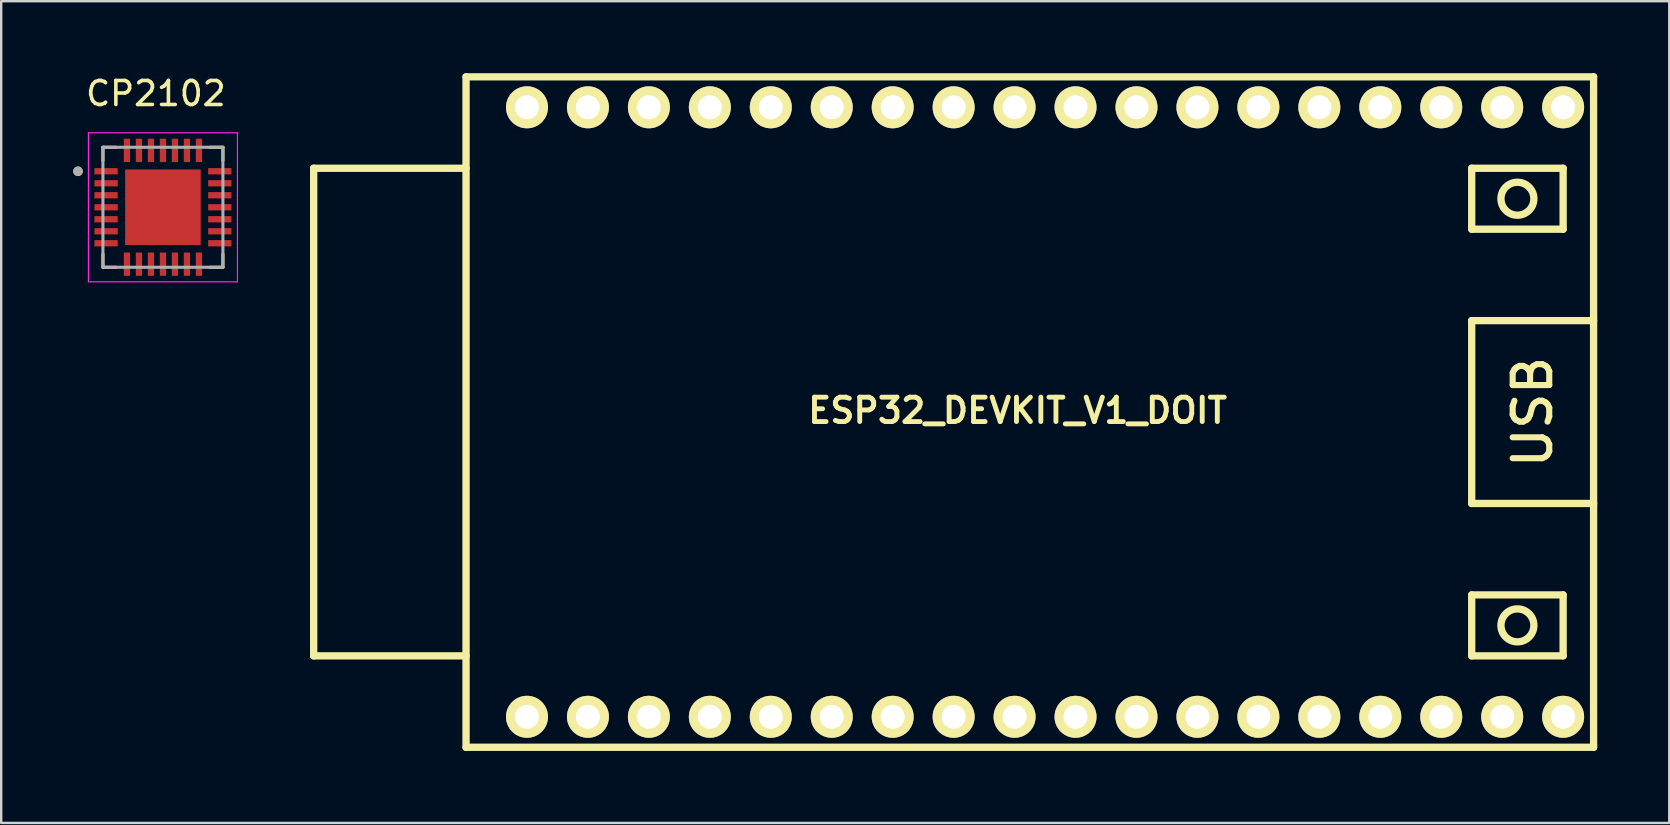
<source format=kicad_pcb>
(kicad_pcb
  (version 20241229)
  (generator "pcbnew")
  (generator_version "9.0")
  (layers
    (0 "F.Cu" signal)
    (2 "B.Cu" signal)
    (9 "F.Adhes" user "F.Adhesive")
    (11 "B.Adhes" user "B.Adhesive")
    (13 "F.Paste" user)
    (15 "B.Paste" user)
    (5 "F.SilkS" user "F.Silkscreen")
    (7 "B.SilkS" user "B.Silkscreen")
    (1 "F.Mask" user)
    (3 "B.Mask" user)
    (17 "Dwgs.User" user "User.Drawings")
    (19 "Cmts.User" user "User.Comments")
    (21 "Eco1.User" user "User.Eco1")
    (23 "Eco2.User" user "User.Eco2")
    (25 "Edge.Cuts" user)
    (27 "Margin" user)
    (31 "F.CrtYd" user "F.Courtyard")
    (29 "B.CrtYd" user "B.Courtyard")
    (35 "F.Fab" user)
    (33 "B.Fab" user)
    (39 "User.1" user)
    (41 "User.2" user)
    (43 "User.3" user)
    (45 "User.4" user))
  (footprint "CP2102"
    (layer "F.Cu")
    (at 3.74 5.588)
    (property "Reference" "CP2102" (at -0.295 -4.74 0) (layer "F.SilkS") (effects (font (size 1 1) (thickness 0.15))))
    (attr through_hole)
    (fp_line (start -2.5 -2.5) (end -2.5 -1.95) (stroke (width 0.127) (type solid)) (layer "F.SilkS"))
    (fp_line (start -2.5 -2.5) (end -1.95 -2.5) (stroke (width 0.127) (type solid)) (layer "F.SilkS"))
    (fp_line (start -2.5 2.5) (end -2.5 1.95) (stroke (width 0.127) (type solid)) (layer "F.SilkS"))
    (fp_line (start -2.5 2.5) (end -1.95 2.5) (stroke (width 0.127) (type solid)) (layer "F.SilkS"))
    (fp_line (start 2.5 -2.5) (end 1.95 -2.5) (stroke (width 0.127) (type solid)) (layer "F.SilkS"))
    (fp_line (start 2.5 -2.5) (end 2.5 -1.95) (stroke (width 0.127) (type solid)) (layer "F.SilkS"))
    (fp_line (start 2.5 2.5) (end 1.95 2.5) (stroke (width 0.127) (type solid)) (layer "F.SilkS"))
    (fp_line (start 2.5 2.5) (end 2.5 1.95) (stroke (width 0.127) (type solid)) (layer "F.SilkS"))
    (fp_circle (center -3.54 -1.5) (end -3.44 -1.5) (stroke (width 0.2) (type solid)) (fill no) (layer "F.SilkS"))
    (fp_poly (pts (xy -1 -1) (xy 1 -1) (xy 1 1) (xy -1 1)) (stroke (width 0.01) (type solid)) (fill yes) (layer "F.Paste"))
    (fp_line (start -3.105 -3.105) (end 3.105 -3.105) (stroke (width 0.05) (type solid)) (layer "F.CrtYd"))
    (fp_line (start -3.105 3.105) (end -3.105 -3.105) (stroke (width 0.05) (type solid)) (layer "F.CrtYd"))
    (fp_line (start -3.105 3.105) (end 3.105 3.105) (stroke (width 0.05) (type solid)) (layer "F.CrtYd"))
    (fp_line (start 3.105 3.105) (end 3.105 -3.105) (stroke (width 0.05) (type solid)) (layer "F.CrtYd"))
    (fp_line (start -2.5 2.5) (end -2.5 -2.5) (stroke (width 0.127) (type solid)) (layer "F.Fab"))
    (fp_line (start 2.5 -2.5) (end -2.5 -2.5) (stroke (width 0.127) (type solid)) (layer "F.Fab"))
    (fp_line (start 2.5 2.5) (end -2.5 2.5) (stroke (width 0.127) (type solid)) (layer "F.Fab"))
    (fp_line (start 2.5 2.5) (end 2.5 -2.5) (stroke (width 0.127) (type solid)) (layer "F.Fab"))
    (fp_circle (center -3.54 -1.5) (end -3.44 -1.5) (stroke (width 0.2) (type solid)) (fill no) (layer "F.Fab"))
    (pad "1" smd roundrect (at -2.37 -1.5) (size 0.97 0.26) (layers "F.Cu" "F.Mask" "F.Paste") (roundrect_rratio 0.03))
    (pad "2" smd roundrect (at -2.37 -1) (size 0.97 0.26) (layers "F.Cu" "F.Mask" "F.Paste") (roundrect_rratio 0.03))
    (pad "3" smd roundrect (at -2.37 -0.5) (size 0.97 0.26) (layers "F.Cu" "F.Mask" "F.Paste") (roundrect_rratio 0.03))
    (pad "4" smd roundrect (at -2.37 0) (size 0.97 0.26) (layers "F.Cu" "F.Mask" "F.Paste") (roundrect_rratio 0.03))
    (pad "5" smd roundrect (at -2.37 0.5) (size 0.97 0.26) (layers "F.Cu" "F.Mask" "F.Paste") (roundrect_rratio 0.03))
    (pad "6" smd roundrect (at -2.37 1) (size 0.97 0.26) (layers "F.Cu" "F.Mask" "F.Paste") (roundrect_rratio 0.03))
    (pad "7" smd roundrect (at -2.37 1.5) (size 0.97 0.26) (layers "F.Cu" "F.Mask" "F.Paste") (roundrect_rratio 0.03))
    (pad "8" smd roundrect (at -1.5 2.37 90) (size 0.97 0.26) (layers "F.Cu" "F.Mask" "F.Paste") (roundrect_rratio 0.03))
    (pad "9" smd roundrect (at -1 2.37 90) (size 0.97 0.26) (layers "F.Cu" "F.Mask" "F.Paste") (roundrect_rratio 0.03))
    (pad "10" smd roundrect (at -0.5 2.37 90) (size 0.97 0.26) (layers "F.Cu" "F.Mask" "F.Paste") (roundrect_rratio 0.03))
    (pad "11" smd roundrect (at 0 2.37 90) (size 0.97 0.26) (layers "F.Cu" "F.Mask" "F.Paste") (roundrect_rratio 0.03))
    (pad "12" smd roundrect (at 0.5 2.37 90) (size 0.97 0.26) (layers "F.Cu" "F.Mask" "F.Paste") (roundrect_rratio 0.03))
    (pad "13" smd roundrect (at 1 2.37 90) (size 0.97 0.26) (layers "F.Cu" "F.Mask" "F.Paste") (roundrect_rratio 0.03))
    (pad "14" smd roundrect (at 1.5 2.37 90) (size 0.97 0.26) (layers "F.Cu" "F.Mask" "F.Paste") (roundrect_rratio 0.03))
    (pad "15" smd roundrect (at 2.37 1.5) (size 0.97 0.26) (layers "F.Cu" "F.Mask" "F.Paste") (roundrect_rratio 0.03))
    (pad "16" smd roundrect (at 2.37 1) (size 0.97 0.26) (layers "F.Cu" "F.Mask" "F.Paste") (roundrect_rratio 0.03))
    (pad "17" smd roundrect (at 2.37 0.5) (size 0.97 0.26) (layers "F.Cu" "F.Mask" "F.Paste") (roundrect_rratio 0.03))
    (pad "18" smd roundrect (at 2.37 0) (size 0.97 0.26) (layers "F.Cu" "F.Mask" "F.Paste") (roundrect_rratio 0.03))
    (pad "19" smd roundrect (at 2.37 -0.5) (size 0.97 0.26) (layers "F.Cu" "F.Mask" "F.Paste") (roundrect_rratio 0.03))
    (pad "20" smd roundrect (at 2.37 -1) (size 0.97 0.26) (layers "F.Cu" "F.Mask" "F.Paste") (roundrect_rratio 0.03))
    (pad "21" smd roundrect (at 2.37 -1.5) (size 0.97 0.26) (layers "F.Cu" "F.Mask" "F.Paste") (roundrect_rratio 0.03))
    (pad "22" smd roundrect (at 1.5 -2.37 90) (size 0.97 0.26) (layers "F.Cu" "F.Mask" "F.Paste") (roundrect_rratio 0.03))
    (pad "23" smd roundrect (at 1 -2.37 90) (size 0.97 0.26) (layers "F.Cu" "F.Mask" "F.Paste") (roundrect_rratio 0.03))
    (pad "24" smd roundrect (at 0.5 -2.37 90) (size 0.97 0.26) (layers "F.Cu" "F.Mask" "F.Paste") (roundrect_rratio 0.03))
    (pad "25" smd roundrect (at 0 -2.37 90) (size 0.97 0.26) (layers "F.Cu" "F.Mask" "F.Paste") (roundrect_rratio 0.03))
    (pad "26" smd roundrect (at -0.5 -2.37 90) (size 0.97 0.26) (layers "F.Cu" "F.Mask" "F.Paste") (roundrect_rratio 0.03))
    (pad "27" smd roundrect (at -1 -2.37 90) (size 0.97 0.26) (layers "F.Cu" "F.Mask" "F.Paste") (roundrect_rratio 0.03))
    (pad "28" smd roundrect (at -1.5 -2.37 90) (size 0.97 0.26) (layers "F.Cu" "F.Mask" "F.Paste") (roundrect_rratio 0.03))
    (pad "29" smd rect (at 0 0) (size 3.15 3.15) (layers "F.Cu" "F.Mask")))
  (footprint "ESP32_DEVKIT_V1_DOIT"
    (layer "F.Cu")
    (at 39.232 14.122)
    (property "Reference" "ESP32_DEVKIT_V1_DOIT" (at 0.127 -0.064 0) (layer "F.SilkS") (effects (font (size 1.016 1.016) (thickness 0.203))))
    (attr through_hole)
    (fp_line (start -29.21 -10.16) (end -29.21 10.16) (stroke (width 0.305) (type solid)) (layer "F.SilkS"))
    (fp_line (start -29.21 -10.16) (end -22.86 -10.16) (stroke (width 0.305) (type solid)) (layer "F.SilkS"))
    (fp_line (start -29.21 10.16) (end -22.86 10.16) (stroke (width 0.305) (type solid)) (layer "F.SilkS"))
    (fp_line (start -22.86 -13.97) (end -22.86 13.97) (stroke (width 0.305) (type solid)) (layer "F.SilkS"))
    (fp_line (start -22.86 -13.97) (end 24.13 -13.97) (stroke (width 0.305) (type solid)) (layer "F.SilkS"))
    (fp_line (start 19.05 -10.16) (end 19.05 -7.62) (stroke (width 0.305) (type solid)) (layer "F.SilkS"))
    (fp_line (start 19.05 -7.62) (end 22.86 -7.62) (stroke (width 0.305) (type solid)) (layer "F.SilkS"))
    (fp_line (start 19.05 -3.81) (end 19.05 3.81) (stroke (width 0.305) (type solid)) (layer "F.SilkS"))
    (fp_line (start 19.05 3.81) (end 24.13 3.81) (stroke (width 0.305) (type solid)) (layer "F.SilkS"))
    (fp_line (start 19.05 7.62) (end 22.86 7.62) (stroke (width 0.305) (type solid)) (layer "F.SilkS"))
    (fp_line (start 19.05 10.16) (end 19.05 7.62) (stroke (width 0.305) (type solid)) (layer "F.SilkS"))
    (fp_line (start 22.86 -10.16) (end 19.05 -10.16) (stroke (width 0.305) (type solid)) (layer "F.SilkS"))
    (fp_line (start 22.86 -7.62) (end 22.86 -10.16) (stroke (width 0.305) (type solid)) (layer "F.SilkS"))
    (fp_line (start 22.86 7.62) (end 22.86 10.16) (stroke (width 0.305) (type solid)) (layer "F.SilkS"))
    (fp_line (start 22.86 10.16) (end 19.05 10.16) (stroke (width 0.305) (type solid)) (layer "F.SilkS"))
    (fp_line (start 24.13 -3.81) (end 19.05 -3.81) (stroke (width 0.305) (type solid)) (layer "F.SilkS"))
    (fp_line (start 24.13 13.97) (end -22.86 13.97) (stroke (width 0.305) (type solid)) (layer "F.SilkS"))
    (fp_line (start 24.13 13.97) (end 24.13 -13.97) (stroke (width 0.305) (type solid)) (layer "F.SilkS"))
    (fp_circle (center 20.955 -8.89) (end 21.526 -8.509) (stroke (width 0.305) (type solid)) (fill no) (layer "F.SilkS"))
    (fp_circle (center 20.955 8.89) (end 21.526 9.271) (stroke (width 0.305) (type solid)) (fill no) (layer "F.SilkS"))
    (fp_text user "USB" (at 21.59 0 90) (layer "F.SilkS") (effects (font (size 1.524 1.524) (thickness 0.254))))
    (pad "1" thru_hole circle (at 22.86 12.7) (size 1.75 1.75) (drill 1) (layers "*.Cu" "*.Mask" "F.SilkS"))
    (pad "2" thru_hole circle (at 20.32 12.7) (size 1.75 1.75) (drill 1) (layers "*.Cu" "*.Mask" "F.SilkS"))
    (pad "3" thru_hole circle (at 17.78 12.7) (size 1.75 1.75) (drill 1) (layers "*.Cu" "*.Mask" "F.SilkS"))
    (pad "4" thru_hole circle (at 15.24 12.7) (size 1.75 1.75) (drill 1) (layers "*.Cu" "*.Mask" "F.SilkS"))
    (pad "5" thru_hole circle (at 12.7 12.7) (size 1.75 1.75) (drill 1) (layers "*.Cu" "*.Mask" "F.SilkS"))
    (pad "6" thru_hole circle (at 10.16 12.7) (size 1.75 1.75) (drill 1) (layers "*.Cu" "*.Mask" "F.SilkS"))
    (pad "7" thru_hole circle (at 7.62 12.7) (size 1.75 1.75) (drill 1) (layers "*.Cu" "*.Mask" "F.SilkS"))
    (pad "8" thru_hole circle (at 5.08 12.7) (size 1.75 1.75) (drill 1) (layers "*.Cu" "*.Mask" "F.SilkS"))
    (pad "9" thru_hole circle (at 2.54 12.7) (size 1.75 1.75) (drill 1) (layers "*.Cu" "*.Mask" "F.SilkS"))
    (pad "10" thru_hole circle (at 0 12.7) (size 1.75 1.75) (drill 1) (layers "*.Cu" "*.Mask" "F.SilkS"))
    (pad "11" thru_hole circle (at -2.54 12.7) (size 1.75 1.75) (drill 1) (layers "*.Cu" "*.Mask" "F.SilkS"))
    (pad "12" thru_hole circle (at -5.08 12.7) (size 1.75 1.75) (drill 1) (layers "*.Cu" "*.Mask" "F.SilkS"))
    (pad "13" thru_hole circle (at -7.62 12.7) (size 1.75 1.75) (drill 1) (layers "*.Cu" "*.Mask" "F.SilkS"))
    (pad "14" thru_hole circle (at -10.16 12.7) (size 1.75 1.75) (drill 1) (layers "*.Cu" "*.Mask" "F.SilkS"))
    (pad "15" thru_hole circle (at -12.7 12.7) (size 1.75 1.75) (drill 1) (layers "*.Cu" "*.Mask" "F.SilkS"))
    (pad "16" thru_hole circle (at -15.24 12.7) (size 1.75 1.75) (drill 1) (layers "*.Cu" "*.Mask" "F.SilkS"))
    (pad "17" thru_hole circle (at -17.78 12.7) (size 1.75 1.75) (drill 1) (layers "*.Cu" "*.Mask" "F.SilkS"))
    (pad "18" thru_hole circle (at -20.32 12.7) (size 1.75 1.75) (drill 1) (layers "*.Cu" "*.Mask" "F.SilkS"))
    (pad "19" thru_hole circle (at 22.86 -12.7 180) (size 1.75 1.75) (drill 1) (layers "*.Cu" "*.Mask" "F.SilkS"))
    (pad "20" thru_hole circle (at 20.32 -12.7 180) (size 1.75 1.75) (drill 1) (layers "*.Cu" "*.Mask" "F.SilkS"))
    (pad "21" thru_hole circle (at 17.78 -12.7 180) (size 1.75 1.75) (drill 1) (layers "*.Cu" "*.Mask" "F.SilkS"))
    (pad "22" thru_hole circle (at 15.24 -12.7 180) (size 1.75 1.75) (drill 1) (layers "*.Cu" "*.Mask" "F.SilkS"))
    (pad "23" thru_hole circle (at 12.7 -12.7 180) (size 1.75 1.75) (drill 1) (layers "*.Cu" "*.Mask" "F.SilkS"))
    (pad "24" thru_hole circle (at 10.16 -12.7 180) (size 1.75 1.75) (drill 1) (layers "*.Cu" "*.Mask" "F.SilkS"))
    (pad "25" thru_hole circle (at 7.62 -12.7 180) (size 1.75 1.75) (drill 1) (layers "*.Cu" "*.Mask" "F.SilkS"))
    (pad "26" thru_hole circle (at 5.08 -12.7 180) (size 1.75 1.75) (drill 1) (layers "*.Cu" "*.Mask" "F.SilkS"))
    (pad "27" thru_hole circle (at 2.54 -12.7 180) (size 1.75 1.75) (drill 1) (layers "*.Cu" "*.Mask" "F.SilkS"))
    (pad "28" thru_hole circle (at 0 -12.7 180) (size 1.75 1.75) (drill 1) (layers "*.Cu" "*.Mask" "F.SilkS"))
    (pad "29" thru_hole circle (at -2.54 -12.7 180) (size 1.75 1.75) (drill 1) (layers "*.Cu" "*.Mask" "F.SilkS"))
    (pad "30" thru_hole circle (at -5.08 -12.7 180) (size 1.75 1.75) (drill 1) (layers "*.Cu" "*.Mask" "F.SilkS"))
    (pad "31" thru_hole circle (at -7.62 -12.7 180) (size 1.75 1.75) (drill 1) (layers "*.Cu" "*.Mask" "F.SilkS"))
    (pad "32" thru_hole circle (at -10.16 -12.7 180) (size 1.75 1.75) (drill 1) (layers "*.Cu" "*.Mask" "F.SilkS"))
    (pad "33" thru_hole circle (at -12.7 -12.7 180) (size 1.75 1.75) (drill 1) (layers "*.Cu" "*.Mask" "F.SilkS"))
    (pad "34" thru_hole circle (at -15.24 -12.7 180) (size 1.75 1.75) (drill 1) (layers "*.Cu" "*.Mask" "F.SilkS"))
    (pad "35" thru_hole circle (at -17.78 -12.7 180) (size 1.75 1.75) (drill 1) (layers "*.Cu" "*.Mask" "F.SilkS"))
    (pad "36" thru_hole circle (at -20.32 -12.7 180) (size 1.75 1.75) (drill 1) (layers "*.Cu" "*.Mask" "F.SilkS")))
  (gr_rect
    (start -3 -3)
    (end 66.515 31.245)
    (stroke (width 0.1) (type default))
    (fill no)
    (layer "Edge.Cuts")))
</source>
